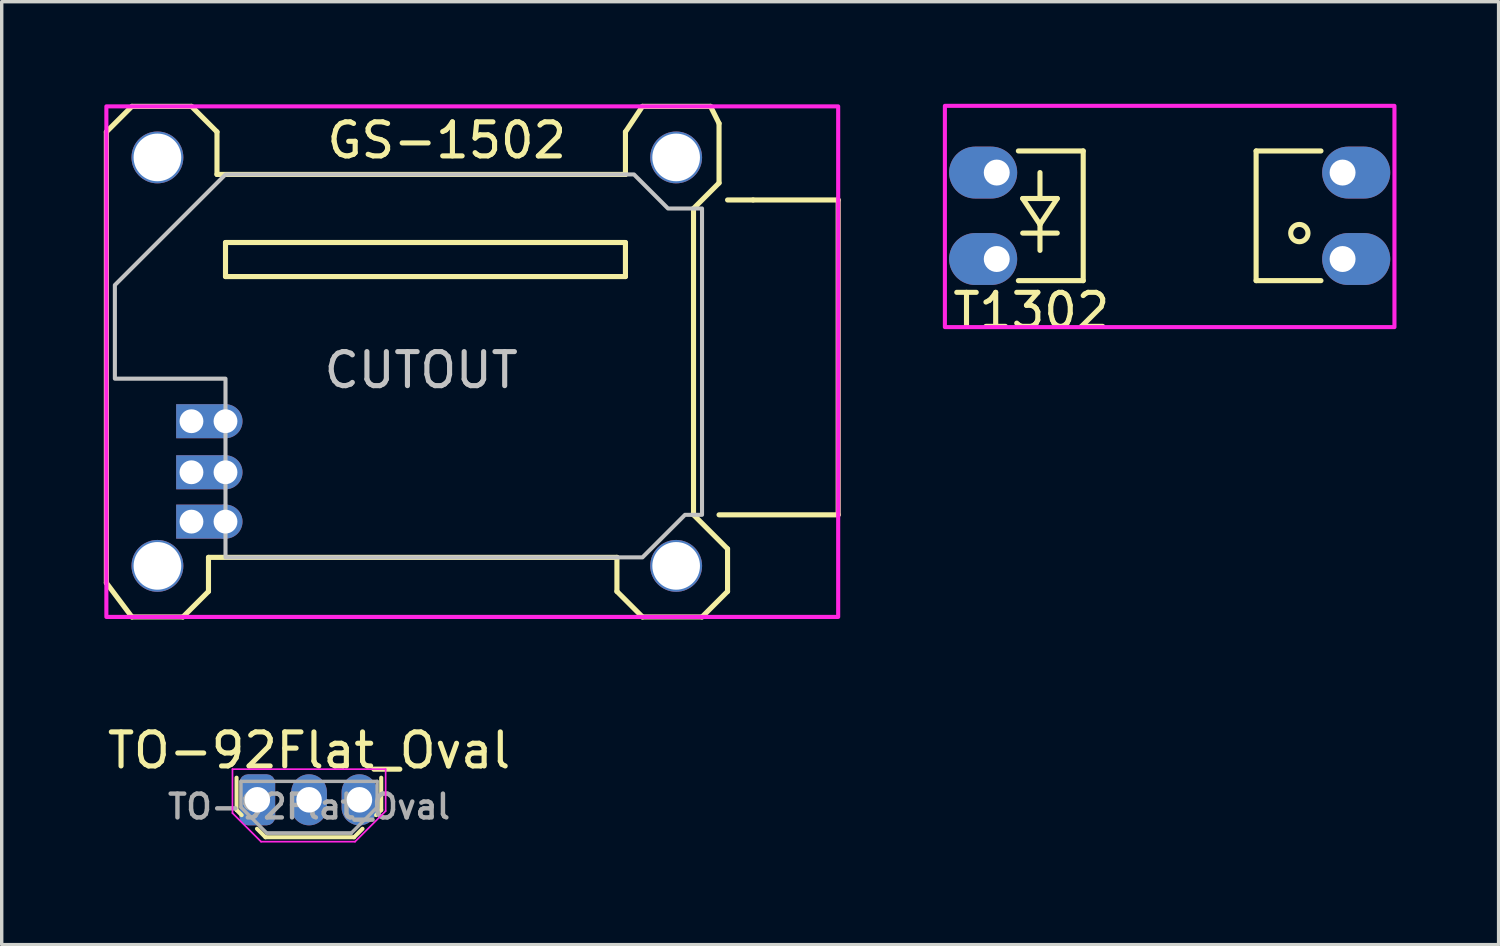
<source format=kicad_pcb>
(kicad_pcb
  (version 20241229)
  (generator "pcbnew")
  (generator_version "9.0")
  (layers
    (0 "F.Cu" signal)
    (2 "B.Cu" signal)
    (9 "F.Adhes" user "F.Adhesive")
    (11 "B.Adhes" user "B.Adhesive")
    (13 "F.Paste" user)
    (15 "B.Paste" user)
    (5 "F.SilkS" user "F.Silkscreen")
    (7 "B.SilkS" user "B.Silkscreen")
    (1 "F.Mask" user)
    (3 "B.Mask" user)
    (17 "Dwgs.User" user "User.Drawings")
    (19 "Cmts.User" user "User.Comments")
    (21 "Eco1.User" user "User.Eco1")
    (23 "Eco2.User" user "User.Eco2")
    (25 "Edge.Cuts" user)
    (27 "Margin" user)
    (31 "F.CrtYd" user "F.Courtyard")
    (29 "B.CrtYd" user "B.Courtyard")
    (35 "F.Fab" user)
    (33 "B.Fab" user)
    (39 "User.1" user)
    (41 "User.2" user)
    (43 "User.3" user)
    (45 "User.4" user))
  (footprint "TO-92Flat_Oval"
    (layer "F.Cu")
    (at 4.76 20.448)
    (property "Reference" "TO-92Flat_Oval" (at 1.27 -1.45 0) (layer "F.SilkS") (effects (font (size 1 1) (thickness 0.15))))
    (attr through_hole)
    (fp_line (start -0.86 0.3) (end -0.86 -0.65) (stroke (width 0.12) (type solid)) (layer "F.SilkS"))
    (fp_line (start -0.71 0.45) (end -0.86 0.3) (stroke (width 0.12) (type solid)) (layer "F.SilkS"))
    (fp_line (start -0.01 1.1) (end -0.26 0.85) (stroke (width 0.12) (type solid)) (layer "F.SilkS"))
    (fp_line (start -0.01 1.1) (end 2.59 1.1) (stroke (width 0.12) (type solid)) (layer "F.SilkS"))
    (fp_line (start 2.59 1.1) (end 2.84 0.85) (stroke (width 0.12) (type solid)) (layer "F.SilkS"))
    (fp_line (start 3.24 0.45) (end 3.39 0.3) (stroke (width 0.12) (type solid)) (layer "F.SilkS"))
    (fp_line (start 3.39 -0.65) (end 3.39 0.3) (stroke (width 0.12) (type solid)) (layer "F.SilkS"))
    (fp_line (start -0.98 -0.9) (end 3.52 -0.9) (stroke (width 0.05) (type solid)) (layer "F.CrtYd"))
    (fp_line (start -0.98 0.39) (end -0.98 -0.9) (stroke (width 0.05) (type solid)) (layer "F.CrtYd"))
    (fp_line (start -0.14 1.23) (end -0.98 0.39) (stroke (width 0.05) (type solid)) (layer "F.CrtYd"))
    (fp_line (start 2.62 1.23) (end -0.14 1.23) (stroke (width 0.05) (type solid)) (layer "F.CrtYd"))
    (fp_line (start 3.52 -0.9) (end 3.52 0.33) (stroke (width 0.05) (type solid)) (layer "F.CrtYd"))
    (fp_line (start 3.52 0.33) (end 2.62 1.23) (stroke (width 0.05) (type solid)) (layer "F.CrtYd"))
    (fp_line (start -0.73 -0.542) (end -0.73 0.217) (stroke (width 0.1) (type solid)) (layer "F.Fab"))
    (fp_line (start 0.03 0.978) (end -0.73 0.217) (stroke (width 0.1) (type solid)) (layer "F.Fab"))
    (fp_line (start 2.51 0.978) (end 0.03 0.978) (stroke (width 0.1) (type solid)) (layer "F.Fab"))
    (fp_line (start 2.51 0.978) (end 0.03 0.978) (stroke (width 0.1) (type solid)) (layer "F.Fab"))
    (fp_line (start 3.27 -0.542) (end -0.73 -0.542) (stroke (width 0.1) (type solid)) (layer "F.Fab"))
    (fp_line (start 3.27 -0.542) (end 3.27 0.217) (stroke (width 0.1) (type solid)) (layer "F.Fab"))
    (fp_line (start 3.27 0.217) (end 2.51 0.978) (stroke (width 0.1) (type solid)) (layer "F.Fab"))
    (fp_text user "${REFERENCE}" (at 1.27 0.2 0) (layer "F.Fab") (effects (font (size 0.7 0.7) (thickness 0.13))))
    (pad "1" thru_hole roundrect (at -0.25 0) (size 1.05 1.5) (drill 0.75) (layers "*.Cu" "*.Mask") (roundrect_rratio 0.238))
    (pad "2" thru_hole oval (at 1.27 0) (size 1.05 1.5) (drill 0.75) (layers "*.Cu" "*.Mask"))
    (pad "3" thru_hole oval (at 2.75 0) (size 1.05 1.5) (drill 0.75) (layers "*.Cu" "*.Mask")))
  (footprint "T1302"
    (layer "F.Cu")
    (at 26.234 4.56)
    (property "Reference" "T1302" (at 1.016 1.524 0) (unlocked yes) (layer "F.SilkS") (effects (font (size 1 1) (thickness 0.15))))
    (attr through_hole)
    (fp_line (start 0.635 0.635) (end 2.54 0.635) (stroke (width 0.15) (type solid)) (layer "F.SilkS"))
    (fp_line (start 0.762 -1.778) (end 1.778 -1.778) (stroke (width 0.15) (type solid)) (layer "F.SilkS"))
    (fp_line (start 0.762 -0.762) (end 1.778 -0.762) (stroke (width 0.15) (type solid)) (layer "F.SilkS"))
    (fp_line (start 1.27 -2.54) (end 1.27 -1.778) (stroke (width 0.15) (type solid)) (layer "F.SilkS"))
    (fp_line (start 1.27 -1.016) (end 0.762 -1.778) (stroke (width 0.15) (type solid)) (layer "F.SilkS"))
    (fp_line (start 1.27 -1.016) (end 1.27 -0.254) (stroke (width 0.15) (type solid)) (layer "F.SilkS"))
    (fp_line (start 1.778 -1.778) (end 1.27 -1.016) (stroke (width 0.15) (type solid)) (layer "F.SilkS"))
    (fp_line (start 2.54 -3.175) (end 0.635 -3.175) (stroke (width 0.15) (type solid)) (layer "F.SilkS"))
    (fp_line (start 2.54 0.635) (end 2.54 -3.175) (stroke (width 0.15) (type solid)) (layer "F.SilkS"))
    (fp_line (start 7.62 -3.175) (end 7.62 0.635) (stroke (width 0.15) (type solid)) (layer "F.SilkS"))
    (fp_line (start 7.62 0.635) (end 9.525 0.635) (stroke (width 0.15) (type solid)) (layer "F.SilkS"))
    (fp_line (start 9.525 -3.175) (end 7.62 -3.175) (stroke (width 0.15) (type solid)) (layer "F.SilkS"))
    (fp_circle (center 8.89 -0.762) (end 8.636 -0.762) (stroke (width 0.15) (type solid)) (fill no) (layer "F.SilkS"))
    (fp_rect (start -1.524 -4.5) (end 11.684 2) (stroke (width 0.12) (type solid)) (fill no) (layer "F.CrtYd"))
    (pad "1" thru_hole oval (at 0 -2.54) (size 2 1.524) (drill 0.762 (offset -0.4 0)) (layers "*.Cu" "*.Mask"))
    (pad "2" thru_hole oval (at 0 0) (size 2 1.524) (drill 0.762 (offset -0.4 0)) (layers "*.Cu" "*.Mask"))
    (pad "3" thru_hole oval (at 10.16 0 180) (size 2 1.524) (drill 0.762 (offset -0.4 0)) (layers "*.Cu" "*.Mask"))
    (pad "4" thru_hole oval (at 10.16 -2.54 180) (size 2 1.524) (drill 0.762 (offset -0.4 0)) (layers "*.Cu" "*.Mask")))
  (footprint "GS-1502"
    (layer "F.Cu")
    (at 1.575 1.575)
    (property "Reference" "GS-1502" (at 8.5 -0.5 0) (unlocked yes) (layer "F.SilkS") (effects (font (size 1 1) (thickness 0.15))))
    (attr through_hole)
    (fp_line (start -1.5 -0.75) (end -0.75 -1.5) (stroke (width 0.15) (type solid)) (layer "F.SilkS"))
    (fp_line (start -1.5 12.5) (end -1.5 -0.75) (stroke (width 0.15) (type solid)) (layer "F.SilkS"))
    (fp_line (start -0.75 -1.5) (end 1 -1.5) (stroke (width 0.15) (type solid)) (layer "F.SilkS"))
    (fp_line (start -0.75 13.5) (end -1.5 12.5) (stroke (width 0.15) (type solid)) (layer "F.SilkS"))
    (fp_line (start 0.75 13.5) (end -0.75 13.5) (stroke (width 0.15) (type solid)) (layer "F.SilkS"))
    (fp_line (start 1 -1.5) (end 1.75 -0.75) (stroke (width 0.15) (type solid)) (layer "F.SilkS"))
    (fp_line (start 1.5 11.75) (end 1.5 12.75) (stroke (width 0.15) (type solid)) (layer "F.SilkS"))
    (fp_line (start 1.5 12.75) (end 0.75 13.5) (stroke (width 0.15) (type solid)) (layer "F.SilkS"))
    (fp_line (start 1.75 -0.75) (end 1.75 0.5) (stroke (width 0.15) (type solid)) (layer "F.SilkS"))
    (fp_line (start 1.75 0.5) (end 13.75 0.5) (stroke (width 0.15) (type solid)) (layer "F.SilkS"))
    (fp_line (start 2 2.5) (end 13.75 2.5) (stroke (width 0.15) (type solid)) (layer "F.SilkS"))
    (fp_line (start 2 3.5) (end 2 2.5) (stroke (width 0.15) (type solid)) (layer "F.SilkS"))
    (fp_line (start 13.5 11.75) (end 1.5 11.75) (stroke (width 0.15) (type solid)) (layer "F.SilkS"))
    (fp_line (start 13.5 12.75) (end 13.5 11.75) (stroke (width 0.15) (type solid)) (layer "F.SilkS"))
    (fp_line (start 13.75 -0.75) (end 14.25 -1.5) (stroke (width 0.15) (type solid)) (layer "F.SilkS"))
    (fp_line (start 13.75 0.5) (end 13.75 -0.75) (stroke (width 0.15) (type solid)) (layer "F.SilkS"))
    (fp_line (start 13.75 2.5) (end 13.75 3.5) (stroke (width 0.15) (type solid)) (layer "F.SilkS"))
    (fp_line (start 13.75 3.5) (end 2 3.5) (stroke (width 0.15) (type solid)) (layer "F.SilkS"))
    (fp_line (start 14.25 -1.5) (end 16.25 -1.5) (stroke (width 0.15) (type solid)) (layer "F.SilkS"))
    (fp_line (start 14.25 13.5) (end 13.5 12.75) (stroke (width 0.15) (type solid)) (layer "F.SilkS"))
    (fp_line (start 15.75 1.5) (end 15.75 10.5) (stroke (width 0.15) (type solid)) (layer "F.SilkS"))
    (fp_line (start 15.75 10.5) (end 16.75 11.5) (stroke (width 0.15) (type solid)) (layer "F.SilkS"))
    (fp_line (start 16 13.5) (end 14.25 13.5) (stroke (width 0.15) (type solid)) (layer "F.SilkS"))
    (fp_line (start 16.25 -1.5) (end 16.5 -1) (stroke (width 0.15) (type solid)) (layer "F.SilkS"))
    (fp_line (start 16.5 -1) (end 16.5 0.75) (stroke (width 0.15) (type solid)) (layer "F.SilkS"))
    (fp_line (start 16.5 0.75) (end 15.75 1.5) (stroke (width 0.15) (type solid)) (layer "F.SilkS"))
    (fp_line (start 16.75 1.25) (end 17.5 1.25) (stroke (width 0.15) (type solid)) (layer "F.SilkS"))
    (fp_line (start 16.75 11.5) (end 16.75 12.75) (stroke (width 0.15) (type solid)) (layer "F.SilkS"))
    (fp_line (start 16.75 12.75) (end 16 13.5) (stroke (width 0.15) (type solid)) (layer "F.SilkS"))
    (fp_line (start 17.5 1.25) (end 20 1.25) (stroke (width 0.15) (type solid)) (layer "F.SilkS"))
    (fp_line (start 20 1.25) (end 20 10.5) (stroke (width 0.15) (type solid)) (layer "F.SilkS"))
    (fp_line (start 20 10.5) (end 16.5 10.5) (stroke (width 0.15) (type solid)) (layer "F.SilkS"))
    (fp_poly (pts (xy 15 1.5) (xy 16 1.5) (xy 16 10.5) (xy 15.5 10.5) (xy 14.25 11.75) (xy 2 11.75) (xy 2 6.5) (xy -1.25 6.5) (xy -1.25 3.75) (xy 2 0.5) (xy 14 0.5)) (stroke (width 0.12) (type solid)) (fill no) (layer "Dwgs.User"))
    (fp_rect (start -1.5 -1.5) (end 20 13.5) (stroke (width 0.12) (type solid)) (fill no) (layer "F.CrtYd"))
    (fp_text user "CUTOUT" (at 7.75 6.25 0) (unlocked yes) (layer "Dwgs.User") (effects (font (size 1 1) (thickness 0.15))))
    (pad "" np_thru_hole circle (at 0 0) (size 1.524 1.524) (drill 1.4) (layers "*.Cu" "*.Mask"))
    (pad "" np_thru_hole circle (at 0 12) (size 1.524 1.524) (drill 1.4) (layers "*.Cu" "*.Mask"))
    (pad "" np_thru_hole circle (at 15.24 0) (size 1.524 1.524) (drill 1.4) (layers "*.Cu" "*.Mask"))
    (pad "" np_thru_hole circle (at 15.24 12) (size 1.524 1.524) (drill 1.4) (layers "*.Cu" "*.Mask"))
    (pad "1" thru_hole rect (at 1 10.7) (size 1.5 1) (drill 0.7 (offset 0.3 0)) (layers "*.Cu" "*.Mask"))
    (pad "1" thru_hole circle (at 2 10.7) (size 1 1) (drill 0.7) (layers "*.Cu" "*.Mask"))
    (pad "2" thru_hole rect (at 1 9.25) (size 1.5 1) (drill 0.7 (offset 0.3 0)) (layers "*.Cu" "*.Mask"))
    (pad "2" thru_hole circle (at 2 9.25) (size 1 1) (drill 0.7) (layers "*.Cu" "*.Mask"))
    (pad "3" thru_hole rect (at 1 7.75) (size 1.5 1) (drill 0.7 (offset 0.3 0)) (layers "*.Cu" "*.Mask"))
    (pad "3" thru_hole circle (at 2 7.75) (size 1 1) (drill 0.7) (layers "*.Cu" "*.Mask")))
  (gr_rect
    (start -3 -3)
    (end 40.978 24.703)
    (stroke (width 0.1) (type default))
    (fill no)
    (layer "Edge.Cuts")))
</source>
